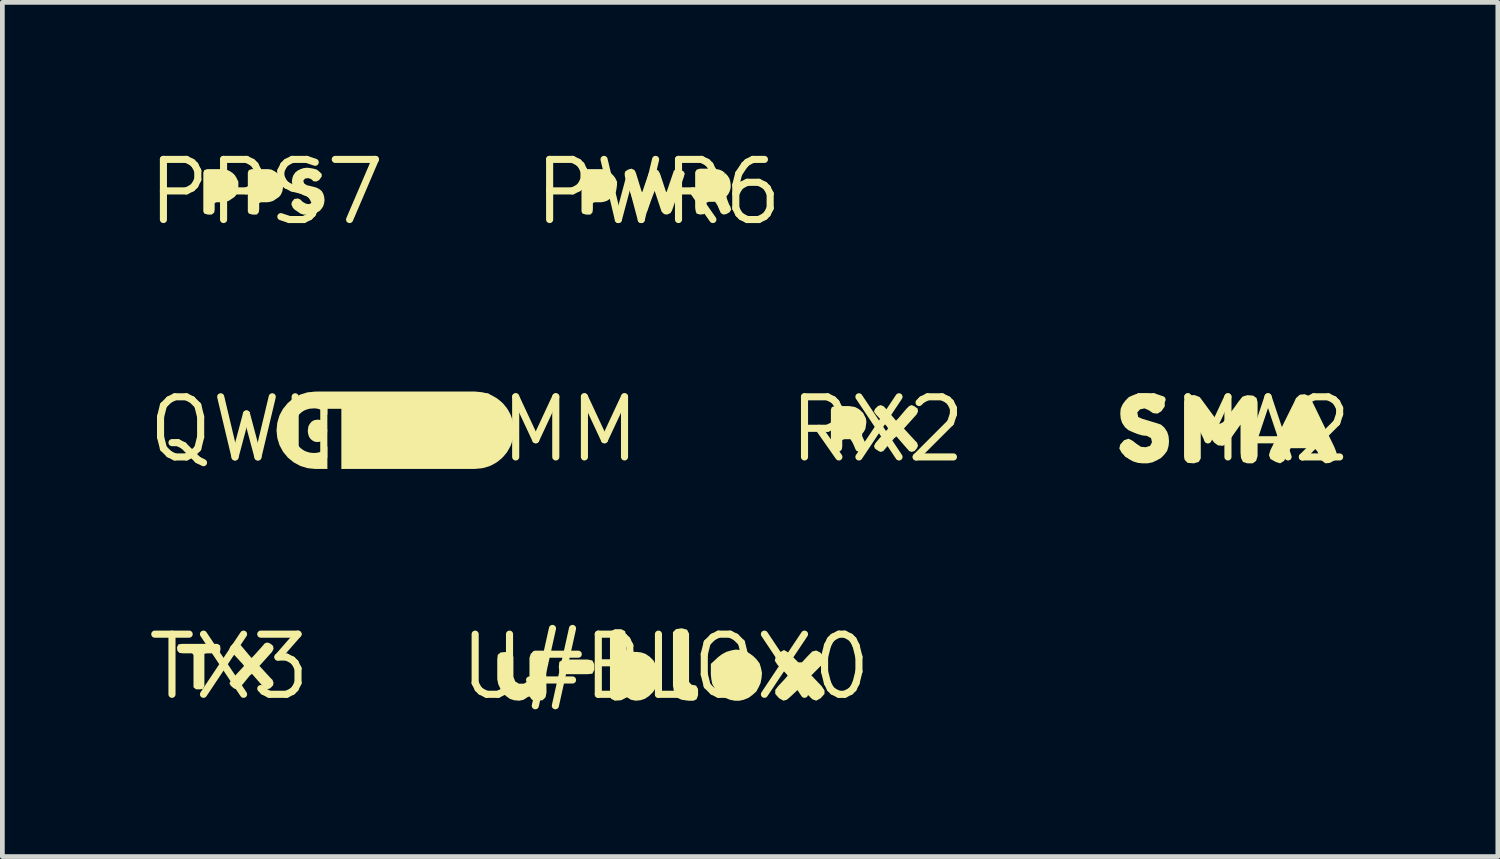
<source format=kicad_pcb>
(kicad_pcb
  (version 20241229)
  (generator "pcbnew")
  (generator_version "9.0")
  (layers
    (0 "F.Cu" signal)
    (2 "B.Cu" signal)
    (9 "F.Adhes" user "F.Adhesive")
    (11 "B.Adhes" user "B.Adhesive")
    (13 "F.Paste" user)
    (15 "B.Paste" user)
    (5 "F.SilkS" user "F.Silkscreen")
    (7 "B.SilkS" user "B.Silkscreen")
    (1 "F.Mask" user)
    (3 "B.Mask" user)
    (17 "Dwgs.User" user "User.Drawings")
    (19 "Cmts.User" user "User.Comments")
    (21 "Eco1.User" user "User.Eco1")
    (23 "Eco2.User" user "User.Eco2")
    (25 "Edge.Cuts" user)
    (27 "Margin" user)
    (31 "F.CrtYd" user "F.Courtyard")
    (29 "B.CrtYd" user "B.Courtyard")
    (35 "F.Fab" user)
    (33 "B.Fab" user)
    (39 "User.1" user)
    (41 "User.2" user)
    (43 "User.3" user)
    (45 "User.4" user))
  (footprint "PPS7"
    (layer "F.Cu")
    (at 2.578 1.006)
    (property "Reference" "PPS7" (at 0 0 0) (layer "F.SilkS") (effects (font (size 1.27 1.27) (thickness 0.15))))
    (fp_poly (pts (xy -0.849 -0.475) (xy -0.778 -0.444) (xy -0.717 -0.404) (xy -0.666 -0.353) (xy -0.636 -0.302) (xy -0.595 -0.221) (xy -0.595 -0.08) (xy -0.605 -0.019) (xy -0.636 0.053) (xy -0.677 0.104) (xy -0.794 0.182) (xy -0.793 0.183) (xy -0.798 0.185) (xy -0.802 0.187) (xy -0.803 0.186) (xy -0.859 0.205) (xy -0.92 0.215) (xy -1.059 0.215) (xy -1.095 0.233) (xy -1.095 0.37) (xy -1.105 0.433) (xy -1.158 0.475) (xy -1.241 0.475) (xy -1.313 0.454) (xy -1.335 0.411) (xy -1.335 -0.411) (xy -1.314 -0.464) (xy -1.251 -0.485) (xy -0.91 -0.485)) (stroke (width 0) (type default)) (fill yes) (layer "F.SilkS"))
    (fp_poly (pts (xy 0.102 -0.475) (xy 0.163 -0.444) (xy 0.223 -0.404) (xy 0.274 -0.353) (xy 0.314 -0.303) (xy 0.355 -0.221) (xy 0.355 -0.15) (xy 0.345 -0.079) (xy 0.335 -0.019) (xy 0.304 0.053) (xy 0.263 0.104) (xy 0.146 0.182) (xy 0.147 0.183) (xy 0.142 0.185) (xy 0.138 0.187) (xy 0.137 0.186) (xy 0.081 0.205) (xy 0.02 0.215) (xy -0.119 0.215) (xy -0.155 0.233) (xy -0.155 0.37) (xy -0.165 0.432) (xy -0.208 0.475) (xy -0.301 0.475) (xy -0.373 0.454) (xy -0.395 0.411) (xy -0.395 -0.411) (xy -0.374 -0.464) (xy -0.311 -0.485) (xy 0.03 -0.485)) (stroke (width 0) (type default)) (fill yes) (layer "F.SilkS"))
    (fp_poly (pts (xy 0.931 -0.505) (xy 0.991 -0.495) (xy 1.062 -0.475) (xy 1.113 -0.434) (xy 1.165 -0.382) (xy 1.165 -0.328) (xy 1.113 -0.256) (xy 1.061 -0.225) (xy 0.998 -0.225) (xy 0.938 -0.276) (xy 0.88 -0.295) (xy 0.813 -0.285) (xy 0.776 -0.239) (xy 0.794 -0.183) (xy 0.852 -0.145) (xy 0.981 -0.115) (xy 1.052 -0.095) (xy 1.113 -0.064) (xy 1.164 -0.023) (xy 1.195 0.028) (xy 1.215 0.089) (xy 1.225 0.17) (xy 1.215 0.241) (xy 1.195 0.302) (xy 1.154 0.363) (xy 1.113 0.404) (xy 0.992 0.465) (xy 0.92 0.475) (xy 0.779 0.475) (xy 0.718 0.455) (xy 0.597 0.374) (xy 0.556 0.333) (xy 0.525 0.261) (xy 0.535 0.208) (xy 0.587 0.145) (xy 0.661 0.135) (xy 0.713 0.156) (xy 0.763 0.206) (xy 0.832 0.245) (xy 0.899 0.255) (xy 0.956 0.226) (xy 0.985 0.179) (xy 0.966 0.124) (xy 0.908 0.095) (xy 0.849 0.085) (xy 0.778 0.065) (xy 0.657 0.004) (xy 0.606 -0.036) (xy 0.565 -0.088) (xy 0.545 -0.159) (xy 0.535 -0.23) (xy 0.545 -0.291) (xy 0.565 -0.352) (xy 0.606 -0.413) (xy 0.657 -0.454) (xy 0.718 -0.485) (xy 0.779 -0.505) (xy 0.86 -0.515)) (stroke (width 0) (type default)) (fill yes) (layer "F.SilkS")))
  (footprint "RX2"
    (layer "F.Cu")
    (at 15.48 6.019)
    (property "Reference" "RX2" (at 0 0 0) (layer "F.SilkS") (effects (font (size 1.27 1.27) (thickness 0.15))))
    (fp_poly (pts (xy -0.539 -0.485) (xy -0.478 -0.475) (xy -0.417 -0.444) (xy -0.352 -0.401) (xy -0.358 -0.395) (xy -0.306 -0.353) (xy -0.245 -0.232) (xy -0.235 -0.16) (xy -0.245 -0.089) (xy -0.255 -0.018) (xy -0.286 0.043) (xy -0.325 0.092) (xy -0.325 0.139) (xy -0.265 0.268) (xy -0.255 0.299) (xy -0.235 0.37) (xy -0.256 0.423) (xy -0.328 0.465) (xy -0.391 0.475) (xy -0.454 0.444) (xy -0.524 0.282) (xy -0.573 0.205) (xy -0.699 0.205) (xy -0.745 0.223) (xy -0.745 0.36) (xy -0.755 0.422) (xy -0.798 0.465) (xy -0.89 0.475) (xy -0.964 0.454) (xy -0.985 0.401) (xy -0.985 -0.421) (xy -0.964 -0.474) (xy -0.891 -0.495) (xy -0.61 -0.495)) (stroke (width 0) (type default)) (fill yes) (layer "F.SilkS"))
    (fp_poly (pts (xy 0.772 -0.494) (xy 0.845 -0.443) (xy 0.855 -0.379) (xy 0.824 -0.317) (xy 0.557 -0.02) (xy 0.784 0.227) (xy 0.834 0.277) (xy 0.855 0.34) (xy 0.834 0.393) (xy 0.783 0.454) (xy 0.72 0.475) (xy 0.667 0.454) (xy 0.399 0.147) (xy 0.353 0.184) (xy 0.174 0.393) (xy 0.123 0.454) (xy 0.07 0.475) (xy 0.018 0.454) (xy -0.054 0.403) (xy -0.075 0.35) (xy -0.044 0.287) (xy 0.006 0.227) (xy 0.224 -0.021) (xy 0.196 -0.067) (xy -0.034 -0.317) (xy -0.076 -0.379) (xy -0.054 -0.433) (xy 0.007 -0.494) (xy 0.06 -0.515) (xy 0.123 -0.494) (xy 0.174 -0.443) (xy 0.39 -0.187) (xy 0.436 -0.233) (xy 0.606 -0.433) (xy 0.667 -0.494) (xy 0.72 -0.515)) (stroke (width 0) (type default)) (fill yes) (layer "F.SilkS")))
  (footprint "SMA2"
    (layer "F.Cu")
    (at 23 6.019)
    (property "Reference" "SMA2" (at 0 0 0) (layer "F.SilkS") (effects (font (size 1.27 1.27) (thickness 0.15))))
    (fp_poly (pts (xy 1.593 -0.704) (xy 1.634 -0.642) (xy 2.125 0.368) (xy 2.165 0.469) (xy 2.185 0.561) (xy 2.144 0.644) (xy 2.032 0.705) (xy 1.939 0.715) (xy 1.856 0.653) (xy 1.766 0.463) (xy 1.708 0.395) (xy 1.203 0.395) (xy 1.114 0.572) (xy 1.064 0.664) (xy 0.981 0.715) (xy 0.888 0.685) (xy 0.776 0.623) (xy 0.745 0.54) (xy 0.775 0.438) (xy 1.275 -0.572) (xy 1.316 -0.663) (xy 1.398 -0.735) (xy 1.501 -0.745)) (stroke (width 0) (type default)) (fill yes) (layer "F.SilkS"))
    (fp_poly (pts (xy 0.412 -0.715) (xy 0.484 -0.663) (xy 0.505 -0.571) (xy 0.505 0.561) (xy 0.474 0.663) (xy 0.402 0.715) (xy 0.289 0.715) (xy 0.196 0.684) (xy 0.155 0.601) (xy 0.145 0.49) (xy 0.145 -0.104) (xy -0.086 0.223) (xy -0.137 0.294) (xy -0.229 0.345) (xy -0.332 0.335) (xy -0.414 0.274) (xy -0.683 -0.086) (xy -0.695 -0.092) (xy -0.695 0.611) (xy -0.737 0.684) (xy -0.839 0.715) (xy -0.972 0.705) (xy -1.035 0.642) (xy -1.045 0.54) (xy -1.045 -0.581) (xy -1.014 -0.683) (xy -0.941 -0.725) (xy -0.819 -0.725) (xy -0.717 -0.684) (xy -0.656 -0.603) (xy -0.298 -0.116) (xy -0.223 -0.154) (xy 0.006 -0.453) (xy 0.106 -0.593) (xy 0.187 -0.694) (xy 0.289 -0.725)) (stroke (width 0) (type default)) (fill yes) (layer "F.SilkS"))
    (fp_poly (pts (xy -1.709 -0.745) (xy -1.608 -0.704) (xy -1.537 -0.654) (xy -1.455 -0.572) (xy -1.455 -0.488) (xy -1.526 -0.386) (xy -1.609 -0.335) (xy -1.702 -0.345) (xy -1.792 -0.406) (xy -1.881 -0.445) (xy -1.977 -0.425) (xy -2.035 -0.359) (xy -2.016 -0.264) (xy -1.928 -0.225) (xy -1.729 -0.165) (xy -1.628 -0.135) (xy -1.537 -0.104) (xy -1.466 -0.043) (xy -1.405 0.048) (xy -1.375 0.139) (xy -1.365 0.25) (xy -1.375 0.351) (xy -1.405 0.452) (xy -1.466 0.533) (xy -1.537 0.604) (xy -1.628 0.654) (xy -1.718 0.695) (xy -1.82 0.715) (xy -1.92 0.715) (xy -2.021 0.705) (xy -2.122 0.675) (xy -2.213 0.624) (xy -2.303 0.554) (xy -2.364 0.493) (xy -2.415 0.401) (xy -2.395 0.318) (xy -2.313 0.226) (xy -2.22 0.195) (xy -2.137 0.236) (xy -2.047 0.306) (xy -1.958 0.365) (xy -1.86 0.375) (xy -1.764 0.346) (xy -1.725 0.269) (xy -1.744 0.183) (xy -1.832 0.135) (xy -1.931 0.125) (xy -2.032 0.095) (xy -2.132 0.055) (xy -2.223 0.014) (xy -2.294 -0.047) (xy -2.355 -0.138) (xy -2.385 -0.229) (xy -2.395 -0.34) (xy -2.385 -0.441) (xy -2.344 -0.533) (xy -2.284 -0.613) (xy -2.213 -0.684) (xy -2.122 -0.725) (xy -2.031 -0.755) (xy -1.92 -0.765) (xy -1.81 -0.765)) (stroke (width 0) (type default)) (fill yes) (layer "F.SilkS")))
  (footprint "QWIIC_5MM"
    (layer "F.Cu")
    (at 5.269 6.019)
    (property "Reference" "QWIIC_5MM" (at 0 0 0) (layer "F.SilkS") (effects (font (size 1.27 1.27) (thickness 0.15))))
    (fp_poly (pts (xy -1.543 -0.197) (xy -1.497 -0.17) (xy -1.457 -0.134) (xy -1.43 -0.086) (xy -1.416 -0.035) (xy -1.408 0.018) (xy -1.413 0.072) (xy -1.421 0.125) (xy -1.447 0.173) (xy -1.48 0.214) (xy -1.524 0.247) (xy -1.577 0.261) (xy -1.63 0.265) (xy -1.684 0.254) (xy -1.73 0.227) (xy -1.77 0.191) (xy -1.797 0.143) (xy -1.812 0.092) (xy -1.82 0.038) (xy -1.815 -0.015) (xy -1.806 -0.068) (xy -1.78 -0.116) (xy -1.747 -0.157) (xy -1.703 -0.19) (xy -1.65 -0.204) (xy -1.597 -0.208)) (stroke (width 0) (type default)) (fill yes) (layer "F.SilkS"))
    (fp_poly (pts (xy 1.741 -0.798) (xy 1.846 -0.788) (xy 1.899 -0.779) (xy 2 -0.747) (xy 2.05 -0.728) (xy 2.143 -0.677) (xy 2.188 -0.648) (xy 2.27 -0.581) (xy 2.308 -0.544) (xy 2.376 -0.461) (xy 2.406 -0.417) (xy 2.457 -0.324) (xy 2.477 -0.275) (xy 2.509 -0.173) (xy 2.519 -0.121) (xy 2.53 -0.015) (xy 2.531 0.038) (xy 2.52 0.144) (xy 2.511 0.197) (xy 2.48 0.298) (xy 2.461 0.348) (xy 2.41 0.442) (xy 2.382 0.487) (xy 2.314 0.569) (xy 2.277 0.607) (xy 2.195 0.675) (xy 2.151 0.705) (xy 2.058 0.756) (xy 2.009 0.777) (xy 1.907 0.808) (xy 1.855 0.819) (xy 1.749 0.829) (xy 1.696 0.833) (xy -1.054 0.833) (xy -1.111 0.834) (xy -1.111 -0.437) (xy -1.406 -0.437) (xy -1.406 -0.432) (xy -1.406 -0.311) (xy -1.448 -0.351) (xy -1.488 -0.384) (xy -1.533 -0.411) (xy -1.581 -0.43) (xy -1.631 -0.442) (xy -1.683 -0.446) (xy -1.787 -0.438) (xy -1.837 -0.423) (xy -1.885 -0.405) (xy -1.931 -0.379) (xy -1.971 -0.347) (xy -2.008 -0.311) (xy -2.039 -0.269) (xy -2.064 -0.223) (xy -2.086 -0.176) (xy -2.099 -0.125) (xy -2.11 -0.075) (xy -2.117 0.03) (xy -2.107 0.134) (xy -2.095 0.185) (xy -2.079 0.234) (xy -2.057 0.282) (xy -2.029 0.326) (xy -1.999 0.368) (xy -1.96 0.402) (xy -1.918 0.433) (xy -1.873 0.458) (xy -1.824 0.475) (xy -1.774 0.489) (xy -1.722 0.494) (xy -1.67 0.496) (xy -1.618 0.49) (xy -1.568 0.478) (xy -1.521 0.457) (xy -1.477 0.428) (xy -1.439 0.393) (xy -1.406 0.357) (xy -1.406 0.811) (xy -1.406 0.833) (xy -1.662 0.833) (xy -1.821 0.817) (xy -1.974 0.771) (xy -2.115 0.696) (xy -2.239 0.595) (xy -2.341 0.472) (xy -2.417 0.331) (xy -2.464 0.178) (xy -2.48 0.019) (xy -2.464 -0.14) (xy -2.45 -0.191) (xy -2.419 -0.293) (xy -2.395 -0.341) (xy -2.344 -0.434) (xy -2.243 -0.558) (xy -2.121 -0.661) (xy -1.98 -0.737) (xy -1.828 -0.784) (xy -1.669 -0.8) (xy -1.616 -0.801) (xy 1.716 -0.801)) (stroke (width 0) (type default)) (fill yes) (layer "F.SilkS")))
  (footprint "TX3"
    (layer "F.Cu")
    (at 1.791 11.031)
    (property "Reference" "TX3" (at 0 0 0) (layer "F.SilkS") (effects (font (size 1.27 1.27) (thickness 0.15))))
    (fp_poly (pts (xy -0.195 -0.453) (xy -0.185 -0.38) (xy -0.195 -0.317) (xy -0.259 -0.285) (xy -0.47 -0.285) (xy -0.525 -0.276) (xy -0.525 0.401) (xy -0.557 0.465) (xy -0.62 0.475) (xy -0.702 0.475) (xy -0.755 0.432) (xy -0.755 -0.248) (xy -0.782 -0.285) (xy -0.98 -0.285) (xy -1.052 -0.295) (xy -1.095 -0.338) (xy -1.105 -0.411) (xy -1.073 -0.475) (xy -1 -0.485) (xy -0.249 -0.485)) (stroke (width 0) (type default)) (fill yes) (layer "F.SilkS"))
    (fp_poly (pts (xy 0.862 -0.494) (xy 0.925 -0.443) (xy 0.935 -0.379) (xy 0.904 -0.317) (xy 0.637 -0.02) (xy 0.864 0.227) (xy 0.914 0.277) (xy 0.935 0.34) (xy 0.925 0.392) (xy 0.863 0.454) (xy 0.8 0.475) (xy 0.747 0.454) (xy 0.479 0.147) (xy 0.434 0.184) (xy 0.264 0.393) (xy 0.203 0.454) (xy 0.15 0.475) (xy 0.097 0.454) (xy 0.036 0.403) (xy 0.004 0.35) (xy 0.036 0.287) (xy 0.086 0.227) (xy 0.313 -0.02) (xy 0.276 -0.067) (xy 0.046 -0.317) (xy 0.004 -0.379) (xy 0.026 -0.433) (xy 0.087 -0.494) (xy 0.15 -0.515) (xy 0.203 -0.494) (xy 0.254 -0.443) (xy 0.47 -0.187) (xy 0.516 -0.233) (xy 0.696 -0.433) (xy 0.747 -0.494) (xy 0.8 -0.515)) (stroke (width 0) (type default)) (fill yes) (layer "F.SilkS")))
  (footprint "U#BLOX0"
    (layer "F.Cu")
    (at 11.005 11.031)
    (property "Reference" "U#BLOX0" (at 0 0 0) (layer "F.SilkS") (effects (font (size 1.27 1.27) (thickness 0.15))))
    (fp_poly (pts (xy -1.547 -0.134) (xy -1.505 -0.051) (xy -1.505 0.061) (xy -1.547 0.145) (xy -1.65 0.155) (xy -2.172 0.155) (xy -2.245 0.103) (xy -2.255 0) (xy -2.245 -0.103) (xy -2.161 -0.155) (xy -1.65 -0.155)) (stroke (width 0) (type default)) (fill yes) (layer "F.SilkS"))
    (fp_poly (pts (xy 0.453 -0.784) (xy 0.495 -0.701) (xy 0.495 0.318) (xy 0.543 0.375) (xy 0.643 0.396) (xy 0.685 0.469) (xy 0.685 0.601) (xy 0.654 0.684) (xy 0.591 0.715) (xy 0.48 0.715) (xy 0.339 0.695) (xy 0.247 0.654) (xy 0.195 0.582) (xy 0.175 0.511) (xy 0.155 0.4) (xy 0.155 -0.732) (xy 0.218 -0.795) (xy 0.34 -0.815)) (stroke (width 0) (type default)) (fill yes) (layer "F.SilkS"))
    (fp_poly (pts (xy -0.856 -0.753) (xy -0.835 -0.661) (xy -0.835 -0.248) (xy -0.782 -0.275) (xy -0.681 -0.315) (xy -0.61 -0.315) (xy -0.519 -0.305) (xy -0.428 -0.275) (xy -0.337 -0.214) (xy -0.256 -0.133) (xy -0.206 -0.042) (xy -0.165 0.048) (xy -0.145 0.15) (xy -0.145 0.25) (xy -0.165 0.352) (xy -0.206 0.442) (xy -0.266 0.533) (xy -0.347 0.614) (xy -0.438 0.675) (xy -0.529 0.705) (xy -0.63 0.715) (xy -0.732 0.695) (xy -0.816 0.642) (xy -0.816 0.643) (xy -0.858 0.664) (xy -0.939 0.705) (xy -1.071 0.715) (xy -1.154 0.673) (xy -1.175 0.581) (xy -1.175 -0.661) (xy -1.154 -0.753) (xy -1.071 -0.795) (xy -0.939 -0.795)) (stroke (width 0) (type default)) (fill yes) (layer "F.SilkS"))
    (fp_poly (pts (xy -3.246 -0.284) (xy -3.215 -0.211) (xy -3.215 0.209) (xy -3.176 0.307) (xy -3.099 0.355) (xy -2.991 0.355) (xy -2.914 0.307) (xy -2.875 0.229) (xy -2.875 -0.191) (xy -2.844 -0.284) (xy -2.761 -0.315) (xy -2.629 -0.315) (xy -2.546 -0.273) (xy -2.525 -0.181) (xy -2.515 0.54) (xy -2.535 0.642) (xy -2.598 0.705) (xy -2.72 0.715) (xy -2.823 0.695) (xy -2.872 0.626) (xy -2.908 0.635) (xy -2.998 0.695) (xy -3.09 0.715) (xy -3.201 0.705) (xy -3.292 0.674) (xy -3.373 0.614) (xy -3.444 0.533) (xy -3.494 0.452) (xy -3.535 0.362) (xy -3.555 0.26) (xy -3.555 -0.16) (xy -3.545 -0.253) (xy -3.482 -0.305) (xy -3.349 -0.315)) (stroke (width 0) (type default)) (fill yes) (layer "F.SilkS"))
    (fp_poly (pts (xy 1.581 -0.355) (xy 1.682 -0.335) (xy 1.773 -0.284) (xy 1.853 -0.224) (xy 1.924 -0.153) (xy 1.985 -0.072) (xy 2.015 0.029) (xy 2.035 0.13) (xy 2.025 0.241) (xy 2.005 0.342) (xy 1.964 0.432) (xy 1.914 0.523) (xy 1.833 0.594) (xy 1.752 0.654) (xy 1.651 0.695) (xy 1.561 0.715) (xy 1.46 0.715) (xy 1.359 0.695) (xy 1.262 0.656) (xy 1.262 0.657) (xy 1.258 0.654) (xy 1.253 0.652) (xy 1.253 0.652) (xy 1.177 0.604) (xy 1.096 0.533) (xy 1.036 0.453) (xy 0.985 0.362) (xy 0.965 0.261) (xy 0.955 0.16) (xy 0.955 -0.062) (xy 1.107 -0.204) (xy 1.187 -0.264) (xy 1.278 -0.315) (xy 1.379 -0.345) (xy 1.48 -0.365)) (stroke (width 0) (type default)) (fill yes) (layer "F.SilkS"))
    (fp_poly (pts (xy 2.573 -0.314) (xy 2.663 -0.234) (xy 2.802 -0.095) (xy 2.878 -0.095) (xy 3.016 -0.243) (xy 3.097 -0.325) (xy 3.181 -0.345) (xy 3.263 -0.304) (xy 3.345 -0.202) (xy 3.355 -0.129) (xy 3.294 -0.037) (xy 3.077 0.18) (xy 3.294 0.407) (xy 3.355 0.498) (xy 3.355 0.572) (xy 3.273 0.664) (xy 3.18 0.715) (xy 3.097 0.684) (xy 3.017 0.604) (xy 2.868 0.465) (xy 2.802 0.475) (xy 2.653 0.614) (xy 2.562 0.694) (xy 2.489 0.715) (xy 2.397 0.664) (xy 2.315 0.572) (xy 2.315 0.488) (xy 2.386 0.397) (xy 2.526 0.247) (xy 2.583 0.18) (xy 2.366 -0.037) (xy 2.305 -0.129) (xy 2.325 -0.212) (xy 2.407 -0.304) (xy 2.5 -0.356)) (stroke (width 0) (type default)) (fill yes) (layer "F.SilkS")))
  (footprint "PWR6"
    (layer "F.Cu")
    (at 10.854 1.006)
    (property "Reference" "PWR6" (at 0 0 0) (layer "F.SilkS") (effects (font (size 1.27 1.27) (thickness 0.15))))
    (fp_poly (pts (xy -1.128 -0.475) (xy -1.067 -0.444) (xy -1.007 -0.404) (xy -0.956 -0.353) (xy -0.916 -0.303) (xy -0.875 -0.221) (xy -0.875 -0.15) (xy -0.885 -0.079) (xy -0.895 -0.019) (xy -0.926 0.053) (xy -0.967 0.104) (xy -1.084 0.182) (xy -1.083 0.183) (xy -1.088 0.185) (xy -1.092 0.187) (xy -1.093 0.186) (xy -1.149 0.205) (xy -1.21 0.215) (xy -1.349 0.215) (xy -1.385 0.233) (xy -1.385 0.37) (xy -1.395 0.432) (xy -1.438 0.475) (xy -1.531 0.475) (xy -1.603 0.454) (xy -1.625 0.411) (xy -1.625 -0.411) (xy -1.604 -0.464) (xy -1.541 -0.485) (xy -1.2 -0.485)) (stroke (width 0) (type default)) (fill yes) (layer "F.SilkS"))
    (fp_poly (pts (xy 0.462 -0.475) (xy 0.534 -0.434) (xy 0.555 -0.39) (xy 0.535 -0.318) (xy 0.285 0.392) (xy 0.253 0.444) (xy 0.181 0.475) (xy 0.118 0.465) (xy 0.066 0.413) (xy 0.045 0.352) (xy -0.08 -0.025) (xy -0.155 0.172) (xy -0.235 0.402) (xy -0.277 0.465) (xy -0.35 0.475) (xy -0.413 0.454) (xy -0.454 0.402) (xy -0.705 -0.309) (xy -0.715 -0.38) (xy -0.704 -0.433) (xy -0.642 -0.475) (xy -0.57 -0.495) (xy -0.506 -0.464) (xy -0.475 -0.402) (xy -0.356 -0.013) (xy -0.342 0.001) (xy -0.215 -0.372) (xy -0.184 -0.444) (xy -0.122 -0.475) (xy -0.049 -0.485) (xy 0.004 -0.443) (xy 0.035 -0.382) (xy 0.162 0.001) (xy 0.176 -0.013) (xy 0.326 -0.453) (xy 0.389 -0.495)) (stroke (width 0) (type default)) (fill yes) (layer "F.SilkS"))
    (fp_poly (pts (xy 1.281 -0.475) (xy 1.353 -0.444) (xy 1.407 -0.401) (xy 1.36 -0.347) (xy 1.41 -0.397) (xy 1.454 -0.353) (xy 1.495 -0.292) (xy 1.515 -0.231) (xy 1.525 -0.16) (xy 1.525 -0.089) (xy 1.505 -0.018) (xy 1.474 0.043) (xy 1.435 0.091) (xy 1.445 0.139) (xy 1.494 0.268) (xy 1.515 0.298) (xy 1.535 0.371) (xy 1.504 0.424) (xy 1.432 0.465) (xy 1.369 0.475) (xy 1.316 0.443) (xy 1.246 0.282) (xy 1.197 0.205) (xy 1.061 0.205) (xy 1.015 0.223) (xy 1.015 0.36) (xy 1.005 0.422) (xy 0.962 0.465) (xy 0.88 0.475) (xy 0.806 0.454) (xy 0.785 0.401) (xy 0.775 0.33) (xy 0.775 -0.421) (xy 0.807 -0.474) (xy 0.879 -0.495) (xy 1.16 -0.495)) (stroke (width 0) (type default)) (fill yes) (layer "F.SilkS")))
  (gr_rect
    (start -3 -3)
    (end 28.578 15.037)
    (stroke (width 0.1) (type default))
    (fill no)
    (layer "Edge.Cuts")))
</source>
